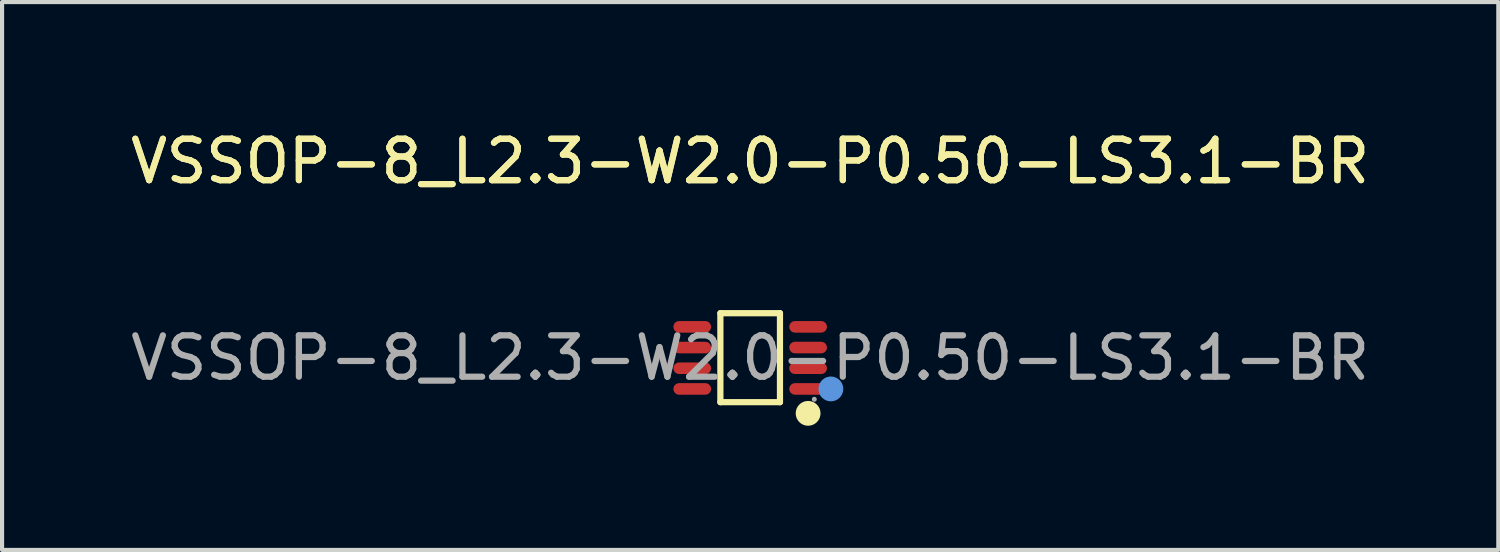
<source format=kicad_pcb>
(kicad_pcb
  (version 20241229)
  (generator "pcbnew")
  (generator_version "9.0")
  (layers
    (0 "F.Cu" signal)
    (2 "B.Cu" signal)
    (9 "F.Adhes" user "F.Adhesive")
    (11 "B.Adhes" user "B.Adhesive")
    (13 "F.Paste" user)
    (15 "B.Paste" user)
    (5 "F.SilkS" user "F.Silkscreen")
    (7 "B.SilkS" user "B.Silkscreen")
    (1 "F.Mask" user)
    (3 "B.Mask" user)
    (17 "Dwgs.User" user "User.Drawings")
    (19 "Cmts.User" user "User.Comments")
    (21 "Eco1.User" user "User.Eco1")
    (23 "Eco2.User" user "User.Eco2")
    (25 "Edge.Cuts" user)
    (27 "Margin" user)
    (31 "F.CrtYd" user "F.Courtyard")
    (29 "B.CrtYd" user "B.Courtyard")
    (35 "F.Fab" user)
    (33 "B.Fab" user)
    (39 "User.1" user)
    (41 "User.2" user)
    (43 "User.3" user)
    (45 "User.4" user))
  (footprint "VSSOP-8_L2.3-W2.0-P0.50-LS3.1-BR"
    (layer "F.Cu")
    (at 15.077 5.598)
    (property "Reference" "VSSOP-8_L2.3-W2.0-P0.50-LS3.1-BR" (at 0 -4.75 0) (layer "F.SilkS") (effects (font (size 1 1) (thickness 0.15))))
    (attr smd)
    (fp_line (start -0.72 -1.08) (end 0.72 -1.08) (stroke (width 0.15) (type solid)) (layer "F.SilkS"))
    (fp_line (start -0.72 1.07) (end -0.72 -1.08) (stroke (width 0.15) (type solid)) (layer "F.SilkS"))
    (fp_line (start 0.72 -1.08) (end 0.72 1.07) (stroke (width 0.15) (type solid)) (layer "F.SilkS"))
    (fp_line (start 0.72 1.07) (end -0.72 1.07) (stroke (width 0.15) (type solid)) (layer "F.SilkS"))
    (fp_circle (center 1.4 1.34) (end 1.55 1.34) (stroke (width 0.3) (type solid)) (fill no) (layer "F.SilkS"))
    (fp_circle (center 1.95 0.75) (end 2.1 0.75) (stroke (width 0.3) (type solid)) (fill no) (layer "Cmts.User"))
    (fp_circle (center 1.55 1) (end 1.58 1) (stroke (width 0.06) (type solid)) (fill no) (layer "F.Fab"))
    (fp_text user "${REFERENCE}" (at 0 -4.75 0) (layer "F.SilkS") (effects (font (size 1 1) (thickness 0.15))))
    (fp_text user "${REFERENCE}" (at 0 0 0) (layer "F.Fab") (effects (font (size 1 1) (thickness 0.15))))
    (pad "1" smd oval (at 1.4 0.75 90) (size 0.28 0.91) (layers "F.Cu" "F.Mask" "F.Paste"))
    (pad "2" smd oval (at 1.4 0.25 90) (size 0.28 0.91) (layers "F.Cu" "F.Mask" "F.Paste"))
    (pad "3" smd oval (at 1.4 -0.25 90) (size 0.28 0.91) (layers "F.Cu" "F.Mask" "F.Paste"))
    (pad "4" smd oval (at 1.4 -0.75 90) (size 0.28 0.91) (layers "F.Cu" "F.Mask" "F.Paste"))
    (pad "5" smd oval (at -1.4 -0.75 90) (size 0.28 0.91) (layers "F.Cu" "F.Mask" "F.Paste"))
    (pad "6" smd oval (at -1.4 -0.25 90) (size 0.28 0.91) (layers "F.Cu" "F.Mask" "F.Paste"))
    (pad "7" smd oval (at -1.4 0.25 90) (size 0.28 0.91) (layers "F.Cu" "F.Mask" "F.Paste"))
    (pad "8" smd oval (at -1.4 0.75 90) (size 0.28 0.91) (layers "F.Cu" "F.Mask" "F.Paste")))
  (gr_rect
    (start -3 -3)
    (end 33.155 10.238)
    (stroke (width 0.1) (type default))
    (fill no)
    (layer "Edge.Cuts")))
</source>
